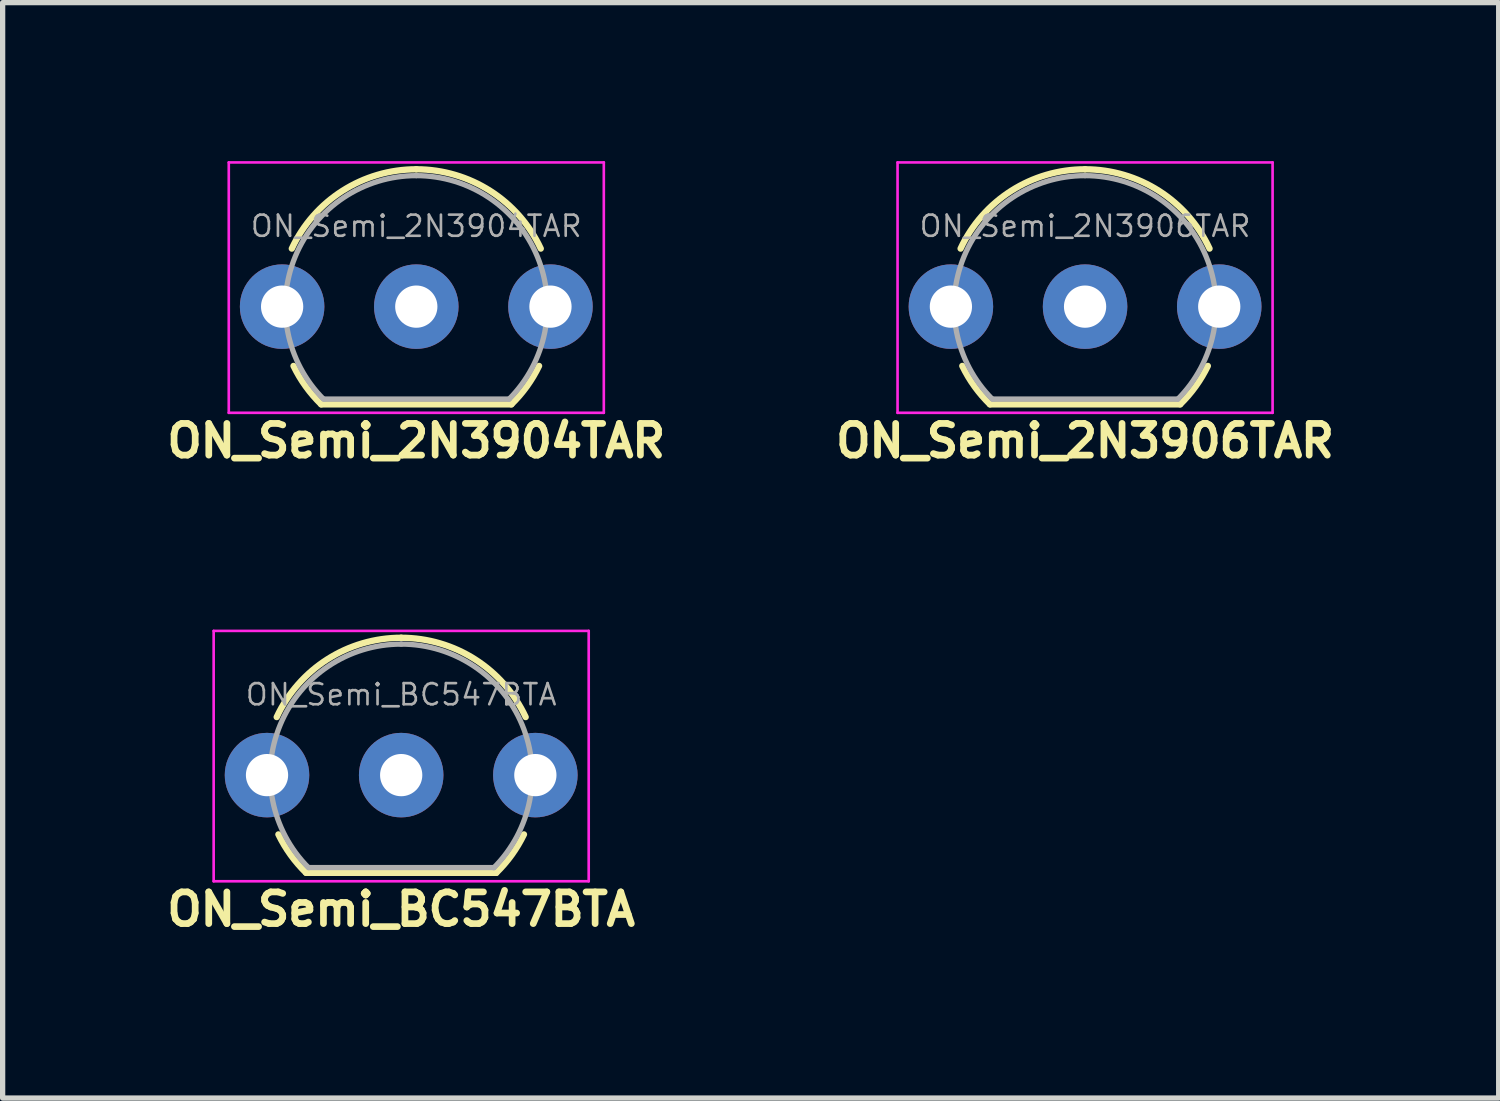
<source format=kicad_pcb>
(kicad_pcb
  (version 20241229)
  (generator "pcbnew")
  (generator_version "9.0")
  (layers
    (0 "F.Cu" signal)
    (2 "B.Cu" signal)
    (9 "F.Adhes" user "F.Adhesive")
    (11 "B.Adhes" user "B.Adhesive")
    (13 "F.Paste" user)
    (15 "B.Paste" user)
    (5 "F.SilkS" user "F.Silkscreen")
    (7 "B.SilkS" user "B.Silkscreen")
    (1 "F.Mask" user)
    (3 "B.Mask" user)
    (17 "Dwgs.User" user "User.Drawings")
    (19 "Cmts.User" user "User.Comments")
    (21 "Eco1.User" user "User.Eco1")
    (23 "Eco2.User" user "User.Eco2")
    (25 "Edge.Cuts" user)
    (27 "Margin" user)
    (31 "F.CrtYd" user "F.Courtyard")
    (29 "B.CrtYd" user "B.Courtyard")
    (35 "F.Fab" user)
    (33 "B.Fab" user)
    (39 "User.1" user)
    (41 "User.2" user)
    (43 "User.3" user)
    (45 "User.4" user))
  (footprint "ON_Semi_2N3904TAR"
    (layer "F.Cu")
    (at 4.831 2.755)
    (property "Reference" "ON_Semi_2N3904TAR" (at 0 2.54 0) (layer "F.SilkS") (effects (font (size 0.6 0.6) (thickness 0.127))))
    (attr through_hole)
    (fp_line (start -1.8 1.85) (end 1.8 1.85) (stroke (width 0.12) (type solid)) (layer "F.SilkS"))
    (fp_arc (start -2.3564 -1.098807) (mid -1.396979 -2.192817) (end 0 -2.6) (stroke (width 0.12) (type solid)) (layer "F.SilkS"))
    (fp_arc (start -1.8 1.85) (mid -2.093903 1.509328) (end -2.324184 1.122795) (stroke (width 0.12) (type solid)) (layer "F.SilkS"))
    (fp_arc (start 0 -2.6) (mid 1.396979 -2.192818) (end 2.3564 -1.098807) (stroke (width 0.12) (type solid)) (layer "F.SilkS"))
    (fp_arc (start 2.324184 1.122795) (mid 2.093903 1.509328) (end 1.8 1.85) (stroke (width 0.12) (type solid)) (layer "F.SilkS"))
    (fp_line (start -3.55 -2.73) (end -3.55 2.01) (stroke (width 0.05) (type solid)) (layer "F.CrtYd"))
    (fp_line (start -3.55 -2.73) (end 3.55 -2.73) (stroke (width 0.05) (type solid)) (layer "F.CrtYd"))
    (fp_line (start 3.55 2.01) (end -3.55 2.01) (stroke (width 0.05) (type solid)) (layer "F.CrtYd"))
    (fp_line (start 3.55 2.01) (end 3.55 -2.73) (stroke (width 0.05) (type solid)) (layer "F.CrtYd"))
    (fp_line (start -1.74 1.75) (end 1.76 1.75) (stroke (width 0.1) (type solid)) (layer "F.Fab"))
    (fp_arc (start -1.753625 1.753625) (mid -2.291221 -0.949055) (end 0 -2.48) (stroke (width 0.1) (type solid)) (layer "F.Fab"))
    (fp_arc (start 0 -2.48) (mid 2.291221 -0.949055) (end 1.753625 1.753625) (stroke (width 0.1) (type solid)) (layer "F.Fab"))
    (fp_text user "${REFERENCE}" (at 0 -1.524 0) (layer "F.Fab") (effects (font (size 0.4 0.4) (thickness 0.05))))
    (pad "1" thru_hole circle (at -2.54 0 90) (size 1.6 1.6) (drill 0.8) (layers "*.Cu" "*.Mask"))
    (pad "2" thru_hole circle (at 0 0 90) (size 1.6 1.6) (drill 0.8) (layers "*.Cu" "*.Mask"))
    (pad "3" thru_hole circle (at 2.54 0 90) (size 1.6 1.6) (drill 0.8) (layers "*.Cu" "*.Mask")))
  (footprint "ON_Semi_BC547BTA"
    (layer "F.Cu")
    (at 4.545 11.624)
    (property "Reference" "ON_Semi_BC547BTA" (at 0 2.54 0) (layer "F.SilkS") (effects (font (size 0.6 0.6) (thickness 0.127))))
    (attr through_hole)
    (fp_line (start -1.8 1.85) (end 1.8 1.85) (stroke (width 0.12) (type solid)) (layer "F.SilkS"))
    (fp_arc (start -2.3564 -1.098807) (mid -1.396979 -2.192817) (end 0 -2.6) (stroke (width 0.12) (type solid)) (layer "F.SilkS"))
    (fp_arc (start -1.8 1.85) (mid -2.093903 1.509328) (end -2.324184 1.122795) (stroke (width 0.12) (type solid)) (layer "F.SilkS"))
    (fp_arc (start 0 -2.6) (mid 1.396979 -2.192818) (end 2.3564 -1.098807) (stroke (width 0.12) (type solid)) (layer "F.SilkS"))
    (fp_arc (start 2.324184 1.122795) (mid 2.093903 1.509328) (end 1.8 1.85) (stroke (width 0.12) (type solid)) (layer "F.SilkS"))
    (fp_line (start -3.55 -2.73) (end -3.55 2.01) (stroke (width 0.05) (type solid)) (layer "F.CrtYd"))
    (fp_line (start -3.55 -2.73) (end 3.55 -2.73) (stroke (width 0.05) (type solid)) (layer "F.CrtYd"))
    (fp_line (start 3.55 2.01) (end -3.55 2.01) (stroke (width 0.05) (type solid)) (layer "F.CrtYd"))
    (fp_line (start 3.55 2.01) (end 3.55 -2.73) (stroke (width 0.05) (type solid)) (layer "F.CrtYd"))
    (fp_line (start -1.74 1.75) (end 1.76 1.75) (stroke (width 0.1) (type solid)) (layer "F.Fab"))
    (fp_arc (start -1.753625 1.753625) (mid -2.291221 -0.949055) (end 0 -2.48) (stroke (width 0.1) (type solid)) (layer "F.Fab"))
    (fp_arc (start 0 -2.48) (mid 2.291221 -0.949055) (end 1.753625 1.753625) (stroke (width 0.1) (type solid)) (layer "F.Fab"))
    (fp_text user "${REFERENCE}" (at 0 -1.524 0) (layer "F.Fab") (effects (font (size 0.4 0.4) (thickness 0.05))))
    (pad "1" thru_hole circle (at -2.54 0 90) (size 1.6 1.6) (drill 0.8) (layers "*.Cu" "*.Mask"))
    (pad "2" thru_hole circle (at 0 0 90) (size 1.6 1.6) (drill 0.8) (layers "*.Cu" "*.Mask"))
    (pad "3" thru_hole circle (at 2.54 0 90) (size 1.6 1.6) (drill 0.8) (layers "*.Cu" "*.Mask")))
  (footprint "ON_Semi_2N3906TAR"
    (layer "F.Cu")
    (at 17.492 2.755)
    (property "Reference" "ON_Semi_2N3906TAR" (at 0 2.54 0) (layer "F.SilkS") (effects (font (size 0.6 0.6) (thickness 0.127))))
    (attr through_hole)
    (fp_line (start -1.8 1.85) (end 1.8 1.85) (stroke (width 0.12) (type solid)) (layer "F.SilkS"))
    (fp_arc (start -2.3564 -1.098807) (mid -1.396979 -2.192817) (end 0 -2.6) (stroke (width 0.12) (type solid)) (layer "F.SilkS"))
    (fp_arc (start -1.8 1.85) (mid -2.093903 1.509328) (end -2.324184 1.122795) (stroke (width 0.12) (type solid)) (layer "F.SilkS"))
    (fp_arc (start 0 -2.6) (mid 1.396979 -2.192818) (end 2.3564 -1.098807) (stroke (width 0.12) (type solid)) (layer "F.SilkS"))
    (fp_arc (start 2.324184 1.122795) (mid 2.093903 1.509328) (end 1.8 1.85) (stroke (width 0.12) (type solid)) (layer "F.SilkS"))
    (fp_line (start -3.55 -2.73) (end -3.55 2.01) (stroke (width 0.05) (type solid)) (layer "F.CrtYd"))
    (fp_line (start -3.55 -2.73) (end 3.55 -2.73) (stroke (width 0.05) (type solid)) (layer "F.CrtYd"))
    (fp_line (start 3.55 2.01) (end -3.55 2.01) (stroke (width 0.05) (type solid)) (layer "F.CrtYd"))
    (fp_line (start 3.55 2.01) (end 3.55 -2.73) (stroke (width 0.05) (type solid)) (layer "F.CrtYd"))
    (fp_line (start -1.74 1.75) (end 1.76 1.75) (stroke (width 0.1) (type solid)) (layer "F.Fab"))
    (fp_arc (start -1.753625 1.753625) (mid -2.291221 -0.949055) (end 0 -2.48) (stroke (width 0.1) (type solid)) (layer "F.Fab"))
    (fp_arc (start 0 -2.48) (mid 2.291221 -0.949055) (end 1.753625 1.753625) (stroke (width 0.1) (type solid)) (layer "F.Fab"))
    (fp_text user "${REFERENCE}" (at 0 -1.524 0) (layer "F.Fab") (effects (font (size 0.4 0.4) (thickness 0.05))))
    (pad "1" thru_hole circle (at -2.54 0 90) (size 1.6 1.6) (drill 0.8) (layers "*.Cu" "*.Mask"))
    (pad "2" thru_hole circle (at 0 0 90) (size 1.6 1.6) (drill 0.8) (layers "*.Cu" "*.Mask"))
    (pad "3" thru_hole circle (at 2.54 0 90) (size 1.6 1.6) (drill 0.8) (layers "*.Cu" "*.Mask")))
  (gr_rect
    (start -3 -3)
    (end 25.322 17.738)
    (stroke (width 0.1) (type default))
    (fill no)
    (layer "Edge.Cuts")))
</source>
